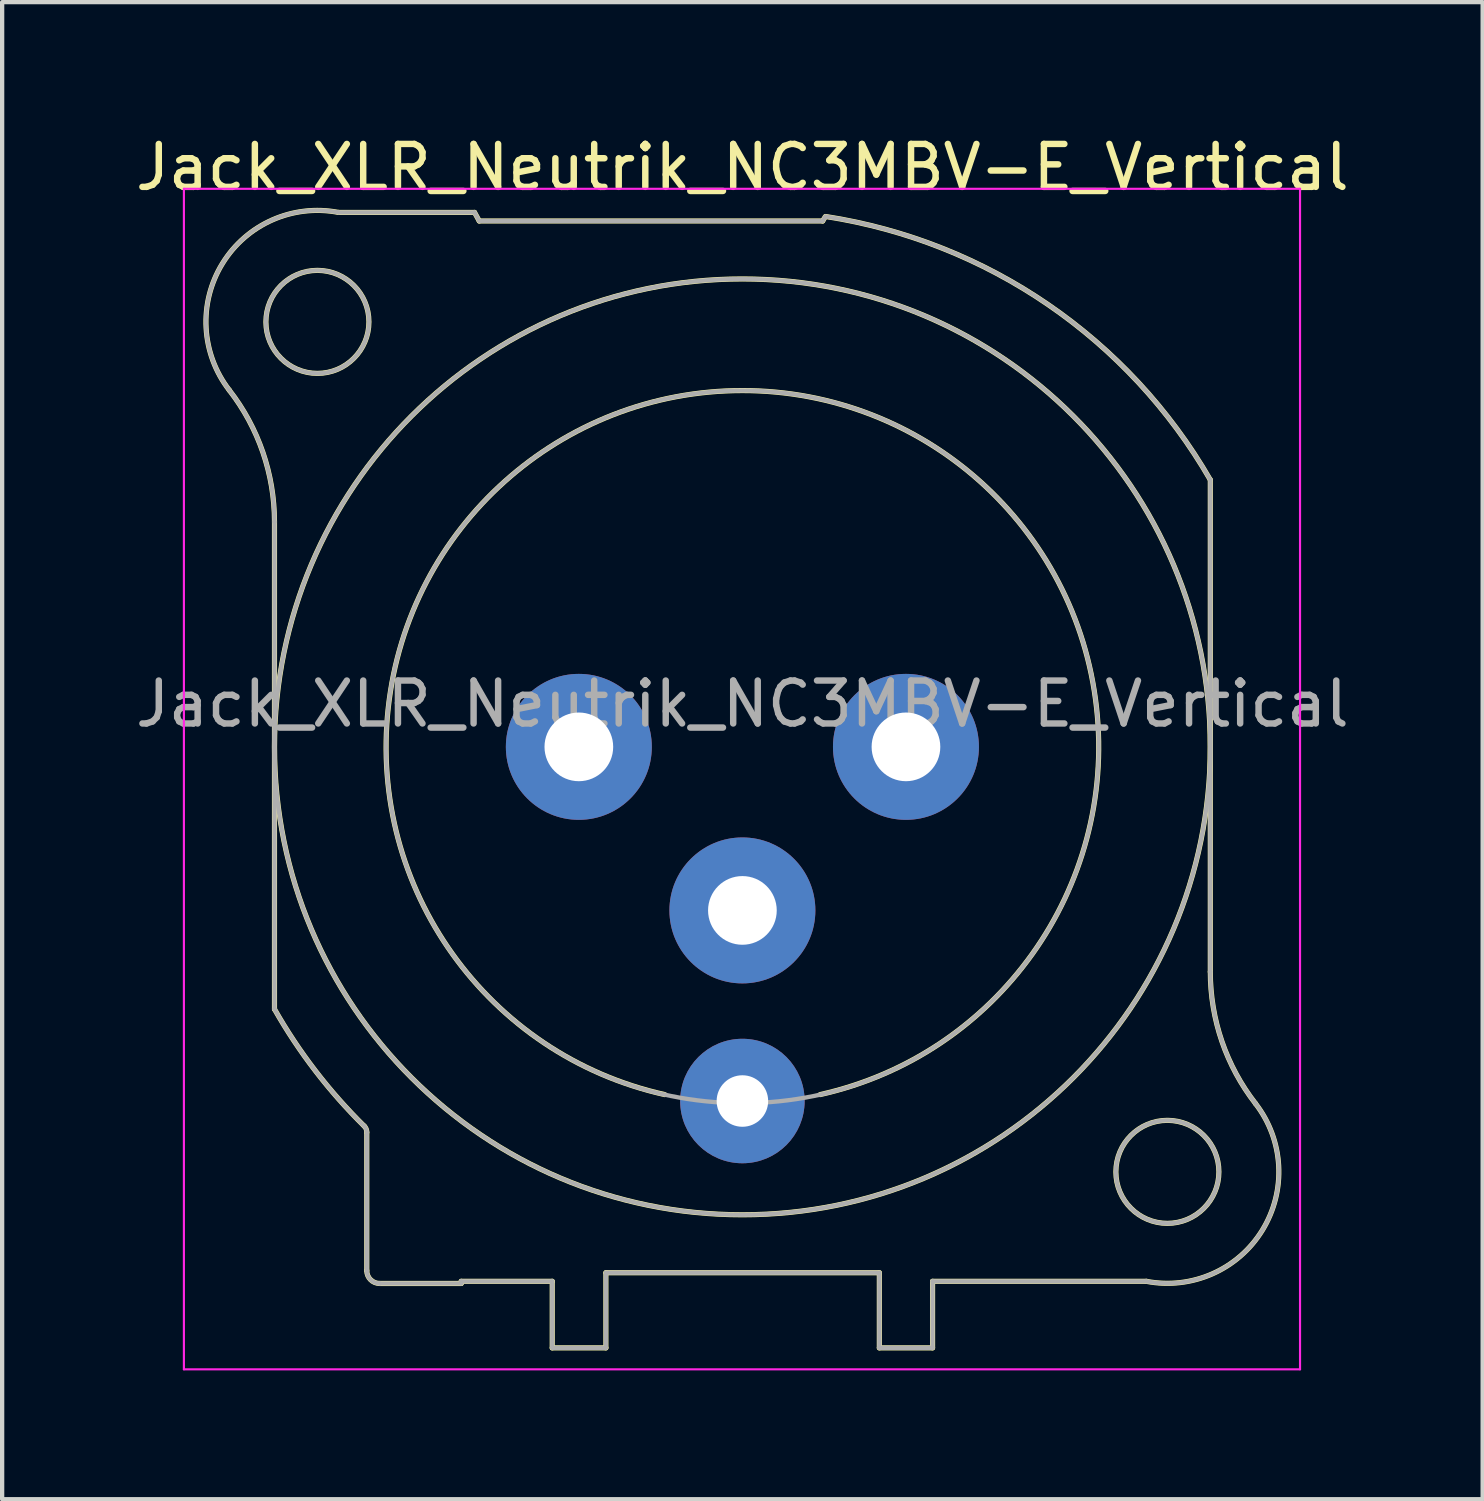
<source format=kicad_pcb>
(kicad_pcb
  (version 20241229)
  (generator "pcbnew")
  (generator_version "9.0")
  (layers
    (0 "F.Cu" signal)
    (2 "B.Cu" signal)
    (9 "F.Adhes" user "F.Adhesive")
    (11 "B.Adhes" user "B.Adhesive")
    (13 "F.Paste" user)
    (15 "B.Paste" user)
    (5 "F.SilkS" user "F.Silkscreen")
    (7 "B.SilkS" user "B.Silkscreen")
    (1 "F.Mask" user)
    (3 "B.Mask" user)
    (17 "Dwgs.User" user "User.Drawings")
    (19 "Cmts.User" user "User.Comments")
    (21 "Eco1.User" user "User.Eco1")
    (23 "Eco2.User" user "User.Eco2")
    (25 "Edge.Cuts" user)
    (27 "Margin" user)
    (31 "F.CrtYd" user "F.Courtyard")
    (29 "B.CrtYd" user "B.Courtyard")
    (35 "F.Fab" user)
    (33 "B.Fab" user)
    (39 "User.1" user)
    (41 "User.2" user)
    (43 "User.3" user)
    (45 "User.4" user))
  (footprint "Jack_XLR_Neutrik_NC3MBV-E_Vertical"
    (layer "F.Cu")
    (at 10.434 14.348)
    (property "Reference" "Jack_XLR_Neutrik_NC3MBV-E_Vertical" (at 3.81 -13.5 0) (layer "F.SilkS") (effects (font (size 1 1) (thickness 0.15))))
    (attr through_hole)
    (fp_line (start -7.09 -5.24) (end -7.09 6.11) (stroke (width 0.12) (type solid)) (layer "F.SilkS"))
    (fp_line (start -4.94 12.2) (end -4.94 8.98) (stroke (width 0.12) (type solid)) (layer "F.SilkS"))
    (fp_line (start -4.64 12.5) (end -2.74 12.5) (stroke (width 0.12) (type solid)) (layer "F.SilkS"))
    (fp_line (start -2.74 12.45) (end -0.62 12.45) (stroke (width 0.12) (type solid)) (layer "F.SilkS"))
    (fp_line (start -2.74 12.5) (end -2.74 12.45) (stroke (width 0.12) (type solid)) (layer "F.SilkS"))
    (fp_line (start -2.43 -12.45) (end -5.6 -12.45) (stroke (width 0.12) (type solid)) (layer "F.SilkS"))
    (fp_line (start -2.32 -12.25) (end -2.43 -12.45) (stroke (width 0.12) (type solid)) (layer "F.SilkS"))
    (fp_line (start -0.62 12.45) (end -0.62 14) (stroke (width 0.12) (type solid)) (layer "F.SilkS"))
    (fp_line (start 0.63 12.25) (end 0.63 14) (stroke (width 0.12) (type solid)) (layer "F.SilkS"))
    (fp_line (start 0.63 12.25) (end 7 12.25) (stroke (width 0.12) (type solid)) (layer "F.SilkS"))
    (fp_line (start 0.63 14) (end -0.62 14) (stroke (width 0.12) (type solid)) (layer "F.SilkS"))
    (fp_line (start 5.68 -12.25) (end -2.32 -12.25) (stroke (width 0.12) (type solid)) (layer "F.SilkS"))
    (fp_line (start 5.74 -12.35) (end 5.68 -12.25) (stroke (width 0.12) (type solid)) (layer "F.SilkS"))
    (fp_line (start 7 12.25) (end 7 14) (stroke (width 0.12) (type solid)) (layer "F.SilkS"))
    (fp_line (start 8.24 12.45) (end 8.24 14) (stroke (width 0.12) (type solid)) (layer "F.SilkS"))
    (fp_line (start 8.24 12.45) (end 13.22 12.45) (stroke (width 0.12) (type solid)) (layer "F.SilkS"))
    (fp_line (start 8.24 14) (end 7 14) (stroke (width 0.12) (type solid)) (layer "F.SilkS"))
    (fp_line (start 14.71 5.24) (end 14.71 -6.22) (stroke (width 0.12) (type solid)) (layer "F.SilkS"))
    (fp_arc (start -8.14458 -8.311426) (mid -7.360989 -6.863715) (end -7.09 -5.24) (stroke (width 0.12) (type solid)) (layer "F.SilkS"))
    (fp_arc (start -8.141124 -8.307677) (mid -8.303366 -11.257798) (end -5.6 -12.45) (stroke (width 0.12) (type solid)) (layer "F.SilkS"))
    (fp_arc (start -4.999944 8.832139) (mid -4.954594 8.899835) (end -4.94 8.98) (stroke (width 0.12) (type solid)) (layer "F.SilkS"))
    (fp_arc (start -4.999718 8.833849) (mid -6.1389 7.544091) (end -7.09 6.11) (stroke (width 0.12) (type solid)) (layer "F.SilkS"))
    (fp_arc (start -4.64 12.5) (mid -4.852132 12.412132) (end -4.94 12.2) (stroke (width 0.12) (type solid)) (layer "F.SilkS"))
    (fp_arc (start 2 8.1) (mid 3.809449 -8.299765) (end 5.621075 8.09976) (stroke (width 0.12) (type solid)) (layer "F.SilkS"))
    (fp_arc (start 5.753207 -12.354269) (mid 10.928439 -10.304601) (end 14.71 -6.22) (stroke (width 0.12) (type solid)) (layer "F.SilkS"))
    (fp_arc (start 15.761124 8.307677) (mid 15.923366 11.257798) (end 13.22 12.45) (stroke (width 0.12) (type solid)) (layer "F.SilkS"))
    (fp_arc (start 15.76458 8.311426) (mid 14.980989 6.863715) (end 14.71 5.24) (stroke (width 0.12) (type solid)) (layer "F.SilkS"))
    (fp_circle (center -6.09 -9.9) (end -4.89 -9.9) (stroke (width 0.12) (type solid)) (fill no) (layer "F.SilkS"))
    (fp_circle (center 3.81 0) (end 14.71 0) (stroke (width 0.12) (type solid)) (fill no) (layer "F.SilkS"))
    (fp_circle (center 13.71 9.9) (end 14.91 9.9) (stroke (width 0.12) (type solid)) (fill no) (layer "F.SilkS"))
    (fp_line (start -9.2 -13) (end 16.8 -13) (stroke (width 0.05) (type solid)) (layer "F.CrtYd"))
    (fp_line (start -9.2 14.5) (end -9.2 -13) (stroke (width 0.05) (type solid)) (layer "F.CrtYd"))
    (fp_line (start 16.8 -13) (end 16.8 14.5) (stroke (width 0.05) (type solid)) (layer "F.CrtYd"))
    (fp_line (start 16.8 14.5) (end -9.2 14.5) (stroke (width 0.05) (type solid)) (layer "F.CrtYd"))
    (fp_line (start -7.09 -5.24) (end -7.09 6.11) (stroke (width 0.1) (type solid)) (layer "F.Fab"))
    (fp_line (start -4.94 12.2) (end -4.94 8.98) (stroke (width 0.1) (type solid)) (layer "F.Fab"))
    (fp_line (start -4.64 12.5) (end -2.74 12.5) (stroke (width 0.1) (type solid)) (layer "F.Fab"))
    (fp_line (start -2.74 12.45) (end -0.62 12.45) (stroke (width 0.1) (type solid)) (layer "F.Fab"))
    (fp_line (start -2.74 12.5) (end -2.74 12.45) (stroke (width 0.1) (type solid)) (layer "F.Fab"))
    (fp_line (start -2.43 -12.45) (end -5.6 -12.45) (stroke (width 0.1) (type solid)) (layer "F.Fab"))
    (fp_line (start -2.32 -12.25) (end -2.43 -12.45) (stroke (width 0.1) (type solid)) (layer "F.Fab"))
    (fp_line (start -0.62 12.45) (end -0.62 14) (stroke (width 0.1) (type solid)) (layer "F.Fab"))
    (fp_line (start 0.63 12.25) (end 0.63 14) (stroke (width 0.1) (type solid)) (layer "F.Fab"))
    (fp_line (start 0.63 12.25) (end 7 12.25) (stroke (width 0.1) (type solid)) (layer "F.Fab"))
    (fp_line (start 0.63 14) (end -0.62 14) (stroke (width 0.1) (type solid)) (layer "F.Fab"))
    (fp_line (start 5.68 -12.25) (end -2.32 -12.25) (stroke (width 0.1) (type solid)) (layer "F.Fab"))
    (fp_line (start 5.74 -12.35) (end 5.68 -12.25) (stroke (width 0.1) (type solid)) (layer "F.Fab"))
    (fp_line (start 7 12.25) (end 7 14) (stroke (width 0.1) (type solid)) (layer "F.Fab"))
    (fp_line (start 8.24 12.45) (end 8.24 14) (stroke (width 0.1) (type solid)) (layer "F.Fab"))
    (fp_line (start 8.24 12.45) (end 13.22 12.45) (stroke (width 0.1) (type solid)) (layer "F.Fab"))
    (fp_line (start 8.24 14) (end 7 14) (stroke (width 0.1) (type solid)) (layer "F.Fab"))
    (fp_line (start 14.71 5.24) (end 14.71 -6.22) (stroke (width 0.1) (type solid)) (layer "F.Fab"))
    (fp_arc (start -8.14458 -8.311426) (mid -7.360989 -6.863715) (end -7.09 -5.24) (stroke (width 0.1) (type solid)) (layer "F.Fab"))
    (fp_arc (start -8.141124 -8.307677) (mid -8.303366 -11.257798) (end -5.6 -12.45) (stroke (width 0.1) (type solid)) (layer "F.Fab"))
    (fp_arc (start -4.999944 8.832139) (mid -4.954594 8.899835) (end -4.94 8.98) (stroke (width 0.1) (type solid)) (layer "F.Fab"))
    (fp_arc (start -4.999718 8.833849) (mid -6.1389 7.544091) (end -7.09 6.11) (stroke (width 0.1) (type solid)) (layer "F.Fab"))
    (fp_arc (start -4.64 12.5) (mid -4.852132 12.412132) (end -4.94 12.2) (stroke (width 0.1) (type solid)) (layer "F.Fab"))
    (fp_arc (start 5.753207 -12.354269) (mid 10.928439 -10.304601) (end 14.71 -6.22) (stroke (width 0.1) (type solid)) (layer "F.Fab"))
    (fp_arc (start 15.761124 8.307677) (mid 15.923366 11.257798) (end 13.22 12.45) (stroke (width 0.1) (type solid)) (layer "F.Fab"))
    (fp_arc (start 15.76458 8.311426) (mid 14.980989 6.863715) (end 14.71 5.24) (stroke (width 0.1) (type solid)) (layer "F.Fab"))
    (fp_circle (center -6.09 -9.9) (end -4.89 -9.9) (stroke (width 0.1) (type solid)) (fill no) (layer "F.Fab"))
    (fp_circle (center 3.81 0) (end 12.11 0) (stroke (width 0.1) (type solid)) (fill no) (layer "F.Fab"))
    (fp_circle (center 3.81 0) (end 14.71 0) (stroke (width 0.1) (type solid)) (fill no) (layer "F.Fab"))
    (fp_circle (center 13.71 9.9) (end 14.91 9.9) (stroke (width 0.1) (type solid)) (fill no) (layer "F.Fab"))
    (fp_text user "${REFERENCE}" (at 3.81 -1 0) (layer "F.Fab") (effects (font (size 1 1) (thickness 0.15))))
    (pad "1" thru_hole circle (at 0 0) (size 3.4 3.4) (drill 1.6) (layers "*.Cu" "*.Mask"))
    (pad "2" thru_hole circle (at 7.62 0) (size 3.4 3.4) (drill 1.6) (layers "*.Cu" "*.Mask"))
    (pad "3" thru_hole circle (at 3.81 3.81) (size 3.4 3.4) (drill 1.6) (layers "*.Cu" "*.Mask"))
    (pad "G" thru_hole circle (at 3.81 8.25) (size 2.9 2.9) (drill 1.2) (layers "*.Cu" "*.Mask")))
  (gr_rect
    (start -3 -3)
    (end 31.488 31.873)
    (stroke (width 0.1) (type default))
    (fill no)
    (layer "Edge.Cuts")))
</source>
